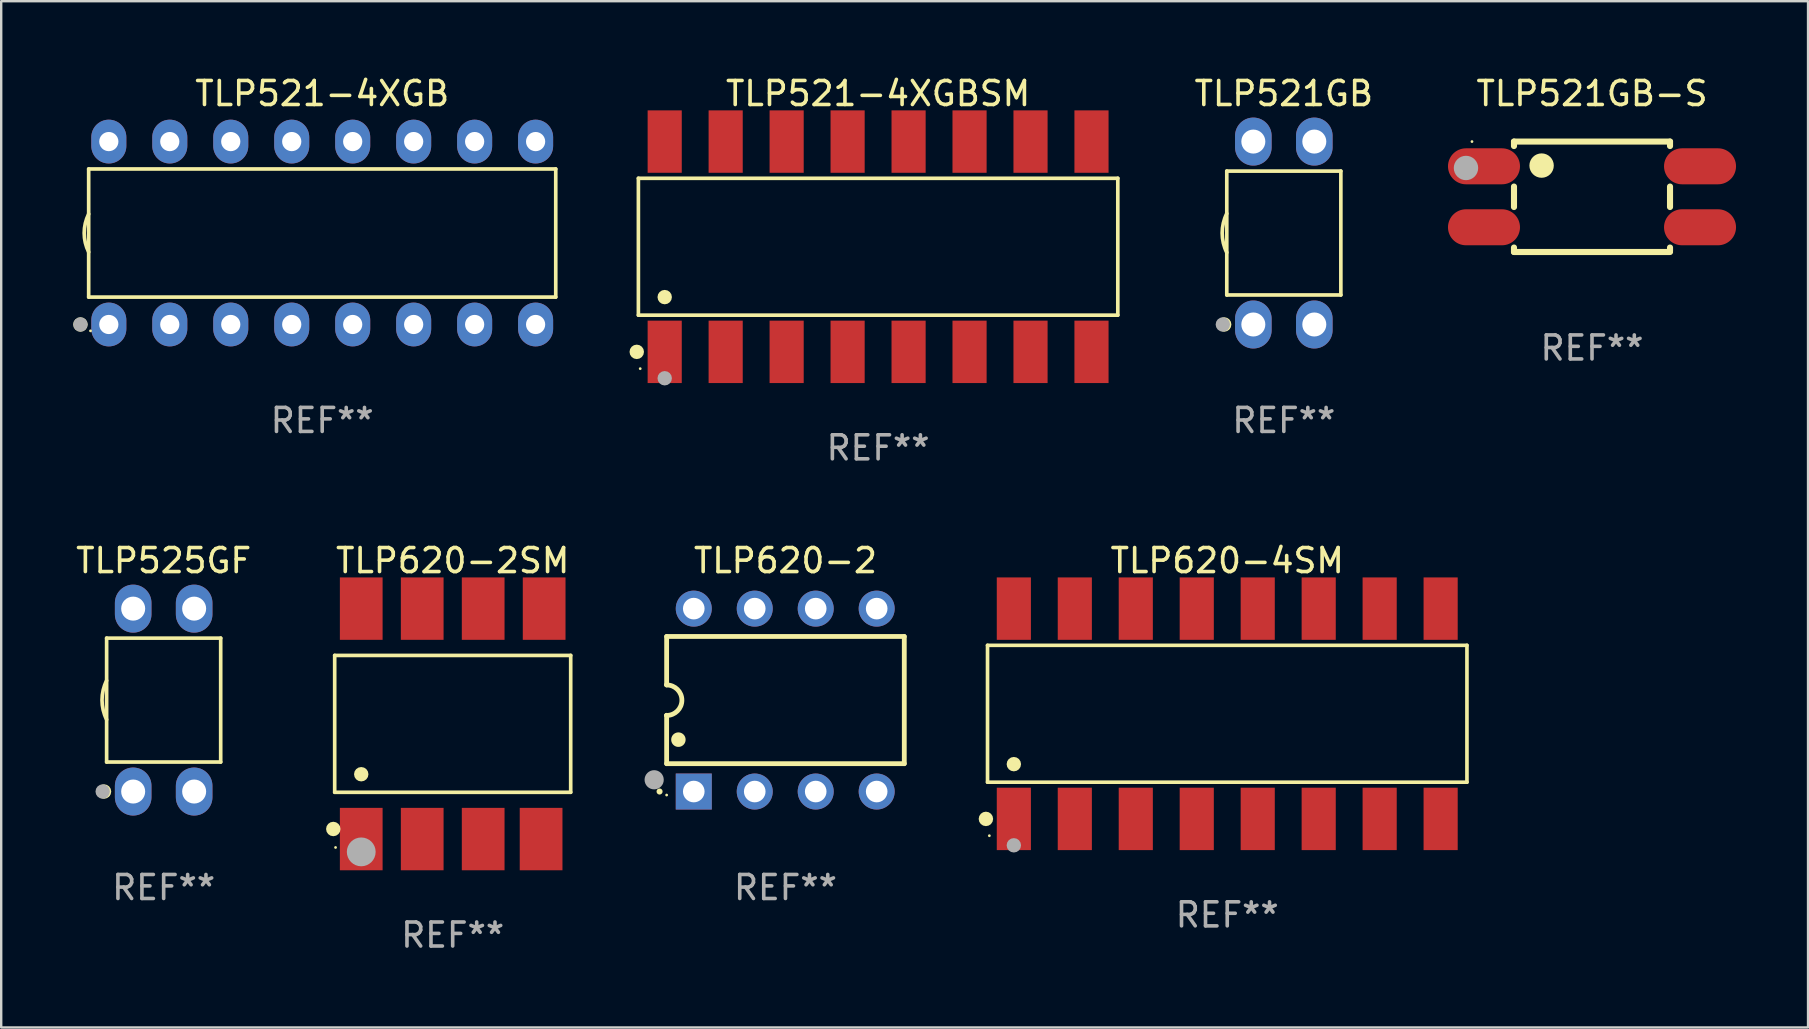
<source format=kicad_pcb>
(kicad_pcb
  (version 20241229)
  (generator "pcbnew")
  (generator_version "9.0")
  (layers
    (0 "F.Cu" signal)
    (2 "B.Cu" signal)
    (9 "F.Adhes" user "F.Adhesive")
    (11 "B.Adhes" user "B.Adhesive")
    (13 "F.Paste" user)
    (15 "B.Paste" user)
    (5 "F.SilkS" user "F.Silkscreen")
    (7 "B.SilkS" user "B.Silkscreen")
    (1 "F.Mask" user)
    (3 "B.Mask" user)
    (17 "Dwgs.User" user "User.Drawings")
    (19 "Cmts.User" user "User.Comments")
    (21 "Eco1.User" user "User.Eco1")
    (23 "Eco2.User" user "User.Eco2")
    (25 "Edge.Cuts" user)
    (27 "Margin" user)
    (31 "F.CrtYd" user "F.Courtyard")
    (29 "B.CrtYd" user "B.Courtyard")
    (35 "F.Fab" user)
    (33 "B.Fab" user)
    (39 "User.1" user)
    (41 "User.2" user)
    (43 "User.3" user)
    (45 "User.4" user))
  (footprint "TLP521-4XGB"
    (layer "F.Cu")
    (at 10.373 6.658)
    (property "Reference" "TLP521-4XGB" (at 0 -5.81 0) (layer "F.SilkS") (effects (font (size 1 1) (thickness 0.15))))
    (attr through_hole)
    (fp_line (start -9.729 -2.669) (end 9.729 -2.669) (stroke (width 0.152) (type solid)) (layer "F.SilkS"))
    (fp_line (start -9.729 2.669) (end -9.729 -2.669) (stroke (width 0.152) (type solid)) (layer "F.SilkS"))
    (fp_line (start 9.729 -2.669) (end 9.729 2.669) (stroke (width 0.152) (type solid)) (layer "F.SilkS"))
    (fp_line (start 9.729 2.669) (end -9.729 2.669) (stroke (width 0.152) (type solid)) (layer "F.SilkS"))
    (fp_arc (start -9.728727 0.793751) (mid -9.916106 0) (end -9.728727 -0.793752) (stroke (width 0.1524) (type solid)) (layer "F.SilkS"))
    (fp_circle (center -10.072 3.81) (end -9.922 3.81) (stroke (width 0.3) (type solid)) (fill no) (layer "F.SilkS"))
    (fp_circle (center -9.653 4.075) (end -9.623 4.075) (stroke (width 0.06) (type solid)) (fill no) (layer "F.SilkS"))
    (fp_circle (center -10.072 3.81) (end -9.922 3.81) (stroke (width 0.3) (type solid)) (fill no) (layer "F.Fab"))
    (fp_text user "REF**" (at 0 7.81 0) (layer "F.Fab") (effects (font (size 1 1) (thickness 0.15))))
    (pad "1" thru_hole oval (at -8.89 3.81) (size 1.46 1.825) (drill 0.8) (layers "*.Cu" "*.Mask"))
    (pad "2" thru_hole oval (at -6.35 3.81) (size 1.46 1.825) (drill 0.8) (layers "*.Cu" "*.Mask"))
    (pad "3" thru_hole oval (at -3.81 3.81) (size 1.46 1.825) (drill 0.8) (layers "*.Cu" "*.Mask"))
    (pad "4" thru_hole oval (at -1.27 3.81) (size 1.46 1.825) (drill 0.8) (layers "*.Cu" "*.Mask"))
    (pad "5" thru_hole oval (at 1.27 3.81) (size 1.46 1.825) (drill 0.8) (layers "*.Cu" "*.Mask"))
    (pad "6" thru_hole oval (at 3.81 3.81) (size 1.46 1.825) (drill 0.8) (layers "*.Cu" "*.Mask"))
    (pad "7" thru_hole oval (at 6.35 3.81) (size 1.46 1.825) (drill 0.8) (layers "*.Cu" "*.Mask"))
    (pad "8" thru_hole oval (at 8.89 3.81) (size 1.46 1.825) (drill 0.8) (layers "*.Cu" "*.Mask"))
    (pad "9" thru_hole oval (at 8.89 -3.81) (size 1.46 1.825) (drill 0.8) (layers "*.Cu" "*.Mask"))
    (pad "10" thru_hole oval (at 6.35 -3.81) (size 1.46 1.825) (drill 0.8) (layers "*.Cu" "*.Mask"))
    (pad "11" thru_hole oval (at 3.81 -3.81) (size 1.46 1.825) (drill 0.8) (layers "*.Cu" "*.Mask"))
    (pad "12" thru_hole oval (at 1.27 -3.81) (size 1.46 1.825) (drill 0.8) (layers "*.Cu" "*.Mask"))
    (pad "13" thru_hole oval (at -1.27 -3.81) (size 1.46 1.825) (drill 0.8) (layers "*.Cu" "*.Mask"))
    (pad "14" thru_hole oval (at -3.81 -3.81) (size 1.46 1.825) (drill 0.8) (layers "*.Cu" "*.Mask"))
    (pad "15" thru_hole oval (at -6.35 -3.81) (size 1.46 1.825) (drill 0.8) (layers "*.Cu" "*.Mask"))
    (pad "16" thru_hole oval (at -8.89 -3.81) (size 1.46 1.825) (drill 0.8) (layers "*.Cu" "*.Mask")))
  (footprint "TLP620-2SM"
    (layer "F.Cu")
    (at 15.809 27.105)
    (property "Reference" "TLP620-2SM" (at 0 -6.8 0) (layer "F.SilkS") (effects (font (size 1 1) (thickness 0.15))))
    (attr through_hole)
    (fp_line (start -4.916 -2.851) (end 4.916 -2.851) (stroke (width 0.152) (type solid)) (layer "F.SilkS"))
    (fp_line (start -4.916 2.851) (end -4.916 -2.851) (stroke (width 0.152) (type solid)) (layer "F.SilkS"))
    (fp_line (start 4.916 -2.851) (end 4.916 2.851) (stroke (width 0.152) (type solid)) (layer "F.SilkS"))
    (fp_line (start 4.916 2.851) (end -4.916 2.851) (stroke (width 0.152) (type solid)) (layer "F.SilkS"))
    (fp_circle (center -4.974 4.38) (end -4.823 4.38) (stroke (width 0.3) (type solid)) (fill no) (layer "F.SilkS"))
    (fp_circle (center -4.88 5.15) (end -4.85 5.15) (stroke (width 0.06) (type solid)) (fill no) (layer "F.SilkS"))
    (fp_circle (center -3.81 2.099) (end -3.66 2.099) (stroke (width 0.3) (type solid)) (fill no) (layer "F.SilkS"))
    (fp_circle (center -3.81 5.334) (end -3.51 5.334) (stroke (width 0.6) (type solid)) (fill no) (layer "F.Fab"))
    (fp_text user "REF**" (at 0 8.8 0) (layer "F.Fab") (effects (font (size 1 1) (thickness 0.15))))
    (pad "1" smd rect (at -3.81 4.8) (size 1.78 2.6) (layers "F.Cu" "F.Mask" "F.Paste"))
    (pad "2" smd rect (at -1.27 4.8) (size 1.78 2.6) (layers "F.Cu" "F.Mask" "F.Paste"))
    (pad "3" smd rect (at 1.27 4.8) (size 1.78 2.6) (layers "F.Cu" "F.Mask" "F.Paste"))
    (pad "4" smd rect (at 3.683 4.8) (size 1.78 2.6) (layers "F.Cu" "F.Mask" "F.Paste"))
    (pad "5" smd rect (at 3.81 -4.8) (size 1.78 2.6) (layers "F.Cu" "F.Mask" "F.Paste"))
    (pad "6" smd rect (at 1.27 -4.8) (size 1.78 2.6) (layers "F.Cu" "F.Mask" "F.Paste"))
    (pad "7" smd rect (at -1.27 -4.8) (size 1.78 2.6) (layers "F.Cu" "F.Mask" "F.Paste"))
    (pad "8" smd rect (at -3.81 -4.8) (size 1.78 2.6) (layers "F.Cu" "F.Mask" "F.Paste")))
  (footprint "TLP521GB"
    (layer "F.Cu")
    (at 50.433 6.658)
    (property "Reference" "TLP521GB" (at 0 -5.81 0) (layer "F.SilkS") (effects (font (size 1 1) (thickness 0.15))))
    (attr through_hole)
    (fp_line (start -2.376 -2.581) (end 2.376 -2.581) (stroke (width 0.152) (type solid)) (layer "F.SilkS"))
    (fp_line (start -2.376 2.581) (end -2.376 -2.581) (stroke (width 0.152) (type solid)) (layer "F.SilkS"))
    (fp_line (start 2.376 -2.581) (end 2.376 2.581) (stroke (width 0.152) (type solid)) (layer "F.SilkS"))
    (fp_line (start 2.376 2.581) (end -2.376 2.581) (stroke (width 0.152) (type solid)) (layer "F.SilkS"))
    (fp_arc (start -2.3762 0.812496) (mid -2.568004 0) (end -2.3762 -0.812497) (stroke (width 0.1524) (type solid)) (layer "F.SilkS"))
    (fp_circle (center -2.484 3.81) (end -2.334 3.81) (stroke (width 0.3) (type solid)) (fill no) (layer "F.SilkS"))
    (fp_circle (center -2.3 3.935) (end -2.27 3.935) (stroke (width 0.06) (type solid)) (fill no) (layer "F.SilkS"))
    (fp_circle (center -2.54 3.81) (end -2.39 3.81) (stroke (width 0.3) (type solid)) (fill no) (layer "F.Fab"))
    (fp_text user "REF**" (at 0 7.81 0) (layer "F.Fab") (effects (font (size 1 1) (thickness 0.15))))
    (pad "1" thru_hole oval (at -1.27 3.81) (size 1.524 2) (drill 1) (layers "*.Cu" "*.Mask"))
    (pad "2" thru_hole oval (at 1.27 3.81) (size 1.524 2) (drill 1) (layers "*.Cu" "*.Mask"))
    (pad "3" thru_hole oval (at 1.27 -3.81) (size 1.524 2) (drill 1) (layers "*.Cu" "*.Mask"))
    (pad "4" thru_hole oval (at -1.27 -3.81) (size 1.524 2) (drill 1) (layers "*.Cu" "*.Mask")))
  (footprint "TLP521GB-S"
    (layer "F.Cu")
    (at 63.272 5.148)
    (property "Reference" "TLP521GB-S" (at 0 -4.3 0) (layer "F.SilkS") (effects (font (size 1 1) (thickness 0.15))))
    (attr through_hole)
    (fp_line (start -3.25 -2.3) (end 3.25 -2.3) (stroke (width 0.254) (type solid)) (layer "F.SilkS"))
    (fp_line (start -3.25 -2.114) (end -3.25 -2.3) (stroke (width 0.254) (type solid)) (layer "F.SilkS"))
    (fp_line (start -3.25 0.426) (end -3.25 -0.426) (stroke (width 0.254) (type solid)) (layer "F.SilkS"))
    (fp_line (start -3.25 2.3) (end -3.25 2.114) (stroke (width 0.254) (type solid)) (layer "F.SilkS"))
    (fp_line (start 3.25 -2.3) (end 3.25 -2.114) (stroke (width 0.254) (type solid)) (layer "F.SilkS"))
    (fp_line (start 3.25 -0.426) (end 3.25 0.426) (stroke (width 0.254) (type solid)) (layer "F.SilkS"))
    (fp_line (start 3.25 2.114) (end 3.25 2.25) (stroke (width 0.254) (type solid)) (layer "F.SilkS"))
    (fp_line (start 3.25 2.3) (end -3.25 2.3) (stroke (width 0.254) (type solid)) (layer "F.SilkS"))
    (fp_circle (center -5 -2.3) (end -4.97 -2.3) (stroke (width 0.06) (type solid)) (fill no) (layer "F.SilkS"))
    (fp_circle (center -2.1 -1.3) (end -1.846 -1.3) (stroke (width 0.508) (type solid)) (fill no) (layer "F.SilkS"))
    (fp_circle (center -5.25 -1.2) (end -4.996 -1.2) (stroke (width 0.508) (type solid)) (fill no) (layer "F.Fab"))
    (fp_text user "REF**" (at 0 6.3 0) (layer "F.Fab") (effects (font (size 1 1) (thickness 0.15))))
    (pad "1" smd oval (at -4.5 -1.27 90) (size 1.5 3) (layers "F.Cu" "F.Mask" "F.Paste"))
    (pad "2" smd oval (at -4.5 1.27 90) (size 1.5 3) (layers "F.Cu" "F.Mask" "F.Paste"))
    (pad "3" smd oval (at 4.5 1.27 90) (size 1.5 3) (layers "F.Cu" "F.Mask" "F.Paste"))
    (pad "4" smd oval (at 4.5 -1.27 90) (size 1.5 3) (layers "F.Cu" "F.Mask" "F.Paste")))
  (footprint "TLP620-4SM"
    (layer "F.Cu")
    (at 48.076 26.685)
    (property "Reference" "TLP620-4SM" (at 0 -6.38 0) (layer "F.SilkS") (effects (font (size 1 1) (thickness 0.15))))
    (attr through_hole)
    (fp_line (start -9.986 -2.851) (end 9.986 -2.851) (stroke (width 0.152) (type solid)) (layer "F.SilkS"))
    (fp_line (start -9.986 2.851) (end -9.986 -2.851) (stroke (width 0.152) (type solid)) (layer "F.SilkS"))
    (fp_line (start 9.986 -2.851) (end 9.986 2.851) (stroke (width 0.152) (type solid)) (layer "F.SilkS"))
    (fp_line (start 9.986 2.851) (end -9.986 2.851) (stroke (width 0.152) (type solid)) (layer "F.SilkS"))
    (fp_circle (center -10.054 4.38) (end -9.903 4.38) (stroke (width 0.3) (type solid)) (fill no) (layer "F.SilkS"))
    (fp_circle (center -9.91 5.08) (end -9.88 5.08) (stroke (width 0.06) (type solid)) (fill no) (layer "F.SilkS"))
    (fp_circle (center -8.89 2.099) (end -8.74 2.099) (stroke (width 0.3) (type solid)) (fill no) (layer "F.SilkS"))
    (fp_circle (center -8.89 5.48) (end -8.74 5.48) (stroke (width 0.3) (type solid)) (fill no) (layer "F.Fab"))
    (fp_text user "REF**" (at 0 8.38 0) (layer "F.Fab") (effects (font (size 1 1) (thickness 0.15))))
    (pad "1" smd rect (at -8.89 4.38) (size 1.422 2.6) (layers "F.Cu" "F.Mask" "F.Paste"))
    (pad "2" smd rect (at -6.35 4.38) (size 1.422 2.6) (layers "F.Cu" "F.Mask" "F.Paste"))
    (pad "3" smd rect (at -3.81 4.38) (size 1.422 2.6) (layers "F.Cu" "F.Mask" "F.Paste"))
    (pad "4" smd rect (at -1.27 4.38) (size 1.422 2.6) (layers "F.Cu" "F.Mask" "F.Paste"))
    (pad "5" smd rect (at 1.27 4.38) (size 1.422 2.6) (layers "F.Cu" "F.Mask" "F.Paste"))
    (pad "6" smd rect (at 3.81 4.38) (size 1.422 2.6) (layers "F.Cu" "F.Mask" "F.Paste"))
    (pad "7" smd rect (at 6.35 4.38) (size 1.422 2.6) (layers "F.Cu" "F.Mask" "F.Paste"))
    (pad "8" smd rect (at 8.89 4.38) (size 1.422 2.6) (layers "F.Cu" "F.Mask" "F.Paste"))
    (pad "9" smd rect (at 8.89 -4.38) (size 1.422 2.6) (layers "F.Cu" "F.Mask" "F.Paste"))
    (pad "10" smd rect (at 6.35 -4.38) (size 1.422 2.6) (layers "F.Cu" "F.Mask" "F.Paste"))
    (pad "11" smd rect (at 3.81 -4.38) (size 1.422 2.6) (layers "F.Cu" "F.Mask" "F.Paste"))
    (pad "12" smd rect (at 1.27 -4.38) (size 1.422 2.6) (layers "F.Cu" "F.Mask" "F.Paste"))
    (pad "13" smd rect (at -1.27 -4.38) (size 1.422 2.6) (layers "F.Cu" "F.Mask" "F.Paste"))
    (pad "14" smd rect (at -3.81 -4.38) (size 1.422 2.6) (layers "F.Cu" "F.Mask" "F.Paste"))
    (pad "15" smd rect (at -6.35 -4.38) (size 1.422 2.6) (layers "F.Cu" "F.Mask" "F.Paste"))
    (pad "16" smd rect (at -8.89 -4.38) (size 1.422 2.6) (layers "F.Cu" "F.Mask" "F.Paste")))
  (footprint "TLP620-2"
    (layer "F.Cu")
    (at 29.672 26.115)
    (property "Reference" "TLP620-2" (at 0 -5.81 0) (layer "F.SilkS") (effects (font (size 1 1) (thickness 0.15))))
    (attr through_hole)
    (fp_line (start -4.95 -2.649) (end 4.95 -2.649) (stroke (width 0.2) (type solid)) (layer "F.SilkS"))
    (fp_line (start -4.95 -0.635) (end -4.95 -2.649) (stroke (width 0.2) (type solid)) (layer "F.SilkS"))
    (fp_line (start -4.95 0.635) (end -4.95 0.64) (stroke (width 0.2) (type solid)) (layer "F.SilkS"))
    (fp_line (start -4.95 2.649) (end -4.95 0.635) (stroke (width 0.2) (type solid)) (layer "F.SilkS"))
    (fp_line (start -4.95 -0.64) (end -4.95 -0.635) (stroke (width 0.2) (type solid)) (layer "F.SilkS"))
    (fp_line (start 4.95 -2.649) (end 4.95 2.649) (stroke (width 0.2) (type solid)) (layer "F.SilkS"))
    (fp_line (start 4.95 2.649) (end -4.95 2.649) (stroke (width 0.2) (type solid)) (layer "F.SilkS"))
    (fp_arc (start -5.24511 3.810008) (mid -5.245117 3.808738) (end -5.24511 3.807468) (stroke (width 0.25) (type solid)) (layer "F.SilkS"))
    (fp_arc (start -4.950165 -0.629997) (mid -4.315164 0.005004) (end -4.950165 0.640005) (stroke (width 0.2) (type solid)) (layer "F.SilkS"))
    (fp_arc (start -4.460249 1.651003) (mid -4.46026 1.648463) (end -4.460249 1.645923) (stroke (width 0.6) (type solid)) (layer "F.SilkS"))
    (fp_circle (center -4.95 3.956) (end -4.92 3.956) (stroke (width 0.06) (type solid)) (fill no) (layer "F.SilkS"))
    (fp_circle (center -5.47 3.32) (end -5.27 3.32) (stroke (width 0.4) (type solid)) (fill no) (layer "F.Fab"))
    (fp_text user "REF**" (at 0 7.81 0) (layer "F.Fab") (effects (font (size 1 1) (thickness 0.15))))
    (pad "1" thru_hole rect (at -3.82 3.81) (size 1.5 1.5) (drill 0.9) (layers "*.Cu" "*.Mask"))
    (pad "2" thru_hole circle (at -1.28 3.81) (size 1.5 1.5) (drill 0.9) (layers "*.Cu" "*.Mask"))
    (pad "3" thru_hole circle (at 1.26 3.81) (size 1.5 1.5) (drill 0.9) (layers "*.Cu" "*.Mask"))
    (pad "4" thru_hole circle (at 3.8 3.81) (size 1.5 1.5) (drill 0.9) (layers "*.Cu" "*.Mask"))
    (pad "5" thru_hole circle (at 3.8 -3.81) (size 1.5 1.5) (drill 0.9) (layers "*.Cu" "*.Mask"))
    (pad "6" thru_hole circle (at 1.26 -3.81) (size 1.5 1.5) (drill 0.9) (layers "*.Cu" "*.Mask"))
    (pad "7" thru_hole circle (at -1.28 -3.81) (size 1.5 1.5) (drill 0.9) (layers "*.Cu" "*.Mask"))
    (pad "8" thru_hole circle (at -3.82 -3.81) (size 1.5 1.5) (drill 0.9) (layers "*.Cu" "*.Mask")))
  (footprint "TLP525GF"
    (layer "F.Cu")
    (at 3.768 26.115)
    (property "Reference" "TLP525GF" (at 0 -5.81 0) (layer "F.SilkS") (effects (font (size 1 1) (thickness 0.15))))
    (attr through_hole)
    (fp_line (start -2.376 -2.581) (end 2.376 -2.581) (stroke (width 0.152) (type solid)) (layer "F.SilkS"))
    (fp_line (start -2.376 2.581) (end -2.376 -2.581) (stroke (width 0.152) (type solid)) (layer "F.SilkS"))
    (fp_line (start 2.376 -2.581) (end 2.376 2.581) (stroke (width 0.152) (type solid)) (layer "F.SilkS"))
    (fp_line (start 2.376 2.581) (end -2.376 2.581) (stroke (width 0.152) (type solid)) (layer "F.SilkS"))
    (fp_arc (start -2.3762 0.812496) (mid -2.568004 0) (end -2.3762 -0.812497) (stroke (width 0.1524) (type solid)) (layer "F.SilkS"))
    (fp_circle (center -2.484 3.81) (end -2.334 3.81) (stroke (width 0.3) (type solid)) (fill no) (layer "F.SilkS"))
    (fp_circle (center -2.3 3.935) (end -2.27 3.935) (stroke (width 0.06) (type solid)) (fill no) (layer "F.SilkS"))
    (fp_circle (center -2.54 3.81) (end -2.39 3.81) (stroke (width 0.3) (type solid)) (fill no) (layer "F.Fab"))
    (fp_text user "REF**" (at 0 7.81 0) (layer "F.Fab") (effects (font (size 1 1) (thickness 0.15))))
    (pad "1" thru_hole oval (at -1.27 3.81) (size 1.524 2) (drill 1) (layers "*.Cu" "*.Mask"))
    (pad "2" thru_hole oval (at 1.27 3.81) (size 1.524 2) (drill 1) (layers "*.Cu" "*.Mask"))
    (pad "3" thru_hole oval (at 1.27 -3.81) (size 1.524 2) (drill 1) (layers "*.Cu" "*.Mask"))
    (pad "4" thru_hole oval (at -1.27 -3.81) (size 1.524 2) (drill 1) (layers "*.Cu" "*.Mask")))
  (footprint "TLP521-4XGBSM"
    (layer "F.Cu")
    (at 33.531 7.228)
    (property "Reference" "TLP521-4XGBSM" (at 0 -6.38 0) (layer "F.SilkS") (effects (font (size 1 1) (thickness 0.15))))
    (attr through_hole)
    (fp_line (start -9.986 -2.851) (end 9.986 -2.851) (stroke (width 0.152) (type solid)) (layer "F.SilkS"))
    (fp_line (start -9.986 2.851) (end -9.986 -2.851) (stroke (width 0.152) (type solid)) (layer "F.SilkS"))
    (fp_line (start 9.986 -2.851) (end 9.986 2.851) (stroke (width 0.152) (type solid)) (layer "F.SilkS"))
    (fp_line (start 9.986 2.851) (end -9.986 2.851) (stroke (width 0.152) (type solid)) (layer "F.SilkS"))
    (fp_circle (center -10.054 4.38) (end -9.903 4.38) (stroke (width 0.3) (type solid)) (fill no) (layer "F.SilkS"))
    (fp_circle (center -9.91 5.08) (end -9.88 5.08) (stroke (width 0.06) (type solid)) (fill no) (layer "F.SilkS"))
    (fp_circle (center -8.89 2.099) (end -8.74 2.099) (stroke (width 0.3) (type solid)) (fill no) (layer "F.SilkS"))
    (fp_circle (center -8.89 5.48) (end -8.74 5.48) (stroke (width 0.3) (type solid)) (fill no) (layer "F.Fab"))
    (fp_text user "REF**" (at 0 8.38 0) (layer "F.Fab") (effects (font (size 1 1) (thickness 0.15))))
    (pad "1" smd rect (at -8.89 4.38) (size 1.422 2.6) (layers "F.Cu" "F.Mask" "F.Paste"))
    (pad "2" smd rect (at -6.35 4.38) (size 1.422 2.6) (layers "F.Cu" "F.Mask" "F.Paste"))
    (pad "3" smd rect (at -3.81 4.38) (size 1.422 2.6) (layers "F.Cu" "F.Mask" "F.Paste"))
    (pad "4" smd rect (at -1.27 4.38) (size 1.422 2.6) (layers "F.Cu" "F.Mask" "F.Paste"))
    (pad "5" smd rect (at 1.27 4.38) (size 1.422 2.6) (layers "F.Cu" "F.Mask" "F.Paste"))
    (pad "6" smd rect (at 3.81 4.38) (size 1.422 2.6) (layers "F.Cu" "F.Mask" "F.Paste"))
    (pad "7" smd rect (at 6.35 4.38) (size 1.422 2.6) (layers "F.Cu" "F.Mask" "F.Paste"))
    (pad "8" smd rect (at 8.89 4.38) (size 1.422 2.6) (layers "F.Cu" "F.Mask" "F.Paste"))
    (pad "9" smd rect (at 8.89 -4.38) (size 1.422 2.6) (layers "F.Cu" "F.Mask" "F.Paste"))
    (pad "10" smd rect (at 6.35 -4.38) (size 1.422 2.6) (layers "F.Cu" "F.Mask" "F.Paste"))
    (pad "11" smd rect (at 3.81 -4.38) (size 1.422 2.6) (layers "F.Cu" "F.Mask" "F.Paste"))
    (pad "12" smd rect (at 1.27 -4.38) (size 1.422 2.6) (layers "F.Cu" "F.Mask" "F.Paste"))
    (pad "13" smd rect (at -1.27 -4.38) (size 1.422 2.6) (layers "F.Cu" "F.Mask" "F.Paste"))
    (pad "14" smd rect (at -3.81 -4.38) (size 1.422 2.6) (layers "F.Cu" "F.Mask" "F.Paste"))
    (pad "15" smd rect (at -6.35 -4.38) (size 1.422 2.6) (layers "F.Cu" "F.Mask" "F.Paste"))
    (pad "16" smd rect (at -8.89 -4.38) (size 1.422 2.6) (layers "F.Cu" "F.Mask" "F.Paste")))
  (gr_rect
    (start -3 -3)
    (end 72.272 39.753)
    (stroke (width 0.1) (type default))
    (fill no)
    (layer "Edge.Cuts")))
</source>
